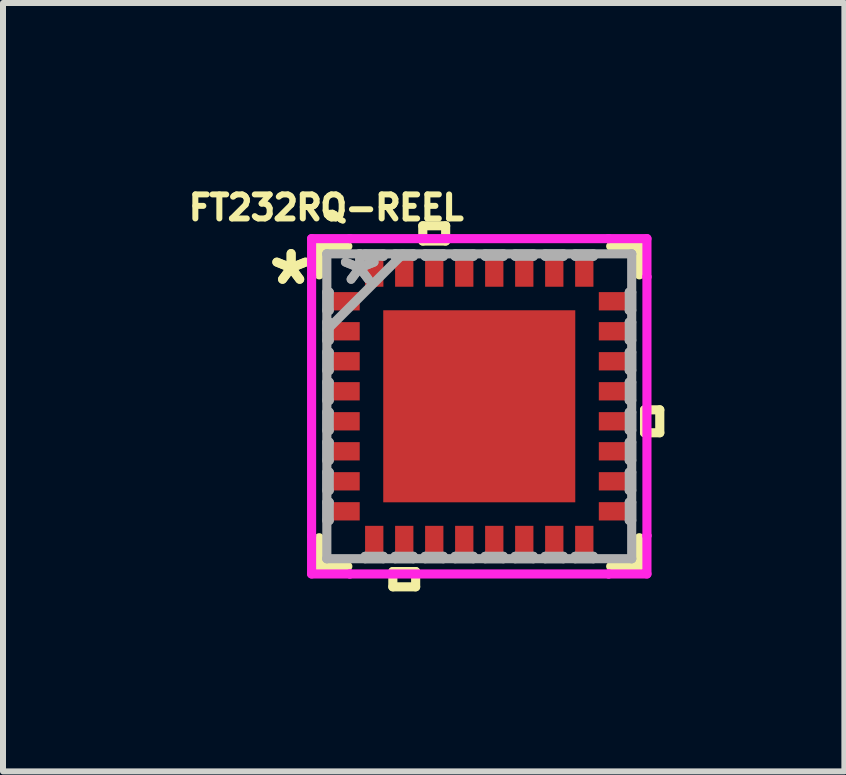
<source format=kicad_pcb>
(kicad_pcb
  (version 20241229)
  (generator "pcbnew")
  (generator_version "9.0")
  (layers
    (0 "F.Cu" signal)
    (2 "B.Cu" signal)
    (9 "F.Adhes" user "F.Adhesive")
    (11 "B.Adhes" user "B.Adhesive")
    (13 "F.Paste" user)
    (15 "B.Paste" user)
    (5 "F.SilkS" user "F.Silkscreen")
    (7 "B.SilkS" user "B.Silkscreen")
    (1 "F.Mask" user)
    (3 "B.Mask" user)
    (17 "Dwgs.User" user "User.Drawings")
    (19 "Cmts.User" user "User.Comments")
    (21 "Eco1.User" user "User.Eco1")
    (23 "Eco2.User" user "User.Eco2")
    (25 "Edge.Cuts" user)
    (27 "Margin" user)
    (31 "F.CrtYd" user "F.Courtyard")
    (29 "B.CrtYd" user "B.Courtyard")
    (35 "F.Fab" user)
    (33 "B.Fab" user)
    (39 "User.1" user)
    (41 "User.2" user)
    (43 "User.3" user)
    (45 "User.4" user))
  (footprint "FT232RQ-REEL"
    (layer "F.Cu")
    (at 4.936 3.72)
    (property "Reference" "FT232RQ-REEL" (at -2.55 -3.31 0) (layer "F.SilkS") (effects (font (size 0.4 0.4) (thickness 0.1))))
    (attr through_hole)
    (fp_line (start -2.667 -2.667) (end -2.667 -2.19) (stroke (width 0.152) (type solid)) (layer "F.SilkS"))
    (fp_line (start -2.667 2.19) (end -2.667 2.667) (stroke (width 0.152) (type solid)) (layer "F.SilkS"))
    (fp_line (start -2.667 2.667) (end -2.19 2.667) (stroke (width 0.152) (type solid)) (layer "F.SilkS"))
    (fp_line (start -2.19 -2.667) (end -2.667 -2.667) (stroke (width 0.152) (type solid)) (layer "F.SilkS"))
    (fp_line (start -1.44 2.754) (end -1.44 3.008) (stroke (width 0.152) (type solid)) (layer "F.SilkS"))
    (fp_line (start -1.44 3.008) (end -1.06 3.008) (stroke (width 0.152) (type solid)) (layer "F.SilkS"))
    (fp_line (start -1.06 2.754) (end -1.44 2.754) (stroke (width 0.152) (type solid)) (layer "F.SilkS"))
    (fp_line (start -1.06 3.008) (end -1.06 2.754) (stroke (width 0.152) (type solid)) (layer "F.SilkS"))
    (fp_line (start -0.941 -3.008) (end -0.56 -3.008) (stroke (width 0.152) (type solid)) (layer "F.SilkS"))
    (fp_line (start -0.941 -2.754) (end -0.941 -3.008) (stroke (width 0.152) (type solid)) (layer "F.SilkS"))
    (fp_line (start -0.56 -3.008) (end -0.56 -2.754) (stroke (width 0.152) (type solid)) (layer "F.SilkS"))
    (fp_line (start -0.56 -2.754) (end -0.941 -2.754) (stroke (width 0.152) (type solid)) (layer "F.SilkS"))
    (fp_line (start 2.19 2.667) (end 2.667 2.667) (stroke (width 0.152) (type solid)) (layer "F.SilkS"))
    (fp_line (start 2.667 -2.667) (end 2.19 -2.667) (stroke (width 0.152) (type solid)) (layer "F.SilkS"))
    (fp_line (start 2.667 -2.19) (end 2.667 -2.667) (stroke (width 0.152) (type solid)) (layer "F.SilkS"))
    (fp_line (start 2.667 2.667) (end 2.667 2.19) (stroke (width 0.152) (type solid)) (layer "F.SilkS"))
    (fp_line (start 2.754 0.059) (end 3.008 0.059) (stroke (width 0.152) (type solid)) (layer "F.SilkS"))
    (fp_line (start 2.754 0.441) (end 2.754 0.059) (stroke (width 0.152) (type solid)) (layer "F.SilkS"))
    (fp_line (start 3.008 0.059) (end 3.008 0.441) (stroke (width 0.152) (type solid)) (layer "F.SilkS"))
    (fp_line (start 3.008 0.441) (end 2.754 0.441) (stroke (width 0.152) (type solid)) (layer "F.SilkS"))
    (fp_line (start -2.794 -2.794) (end -2.156 -2.794) (stroke (width 0.152) (type solid)) (layer "F.CrtYd"))
    (fp_line (start -2.794 -2.156) (end -2.794 -2.794) (stroke (width 0.152) (type solid)) (layer "F.CrtYd"))
    (fp_line (start -2.794 -2.156) (end -2.794 -2.156) (stroke (width 0.152) (type solid)) (layer "F.CrtYd"))
    (fp_line (start -2.794 2.156) (end -2.794 -2.156) (stroke (width 0.152) (type solid)) (layer "F.CrtYd"))
    (fp_line (start -2.794 2.156) (end -2.794 2.156) (stroke (width 0.152) (type solid)) (layer "F.CrtYd"))
    (fp_line (start -2.794 2.794) (end -2.794 2.156) (stroke (width 0.152) (type solid)) (layer "F.CrtYd"))
    (fp_line (start -2.156 -2.794) (end -2.156 -2.794) (stroke (width 0.152) (type solid)) (layer "F.CrtYd"))
    (fp_line (start -2.156 -2.794) (end 2.156 -2.794) (stroke (width 0.152) (type solid)) (layer "F.CrtYd"))
    (fp_line (start -2.156 2.794) (end -2.794 2.794) (stroke (width 0.152) (type solid)) (layer "F.CrtYd"))
    (fp_line (start -2.156 2.794) (end -2.156 2.794) (stroke (width 0.152) (type solid)) (layer "F.CrtYd"))
    (fp_line (start 2.156 -2.794) (end 2.156 -2.794) (stroke (width 0.152) (type solid)) (layer "F.CrtYd"))
    (fp_line (start 2.156 -2.794) (end 2.794 -2.794) (stroke (width 0.152) (type solid)) (layer "F.CrtYd"))
    (fp_line (start 2.156 2.794) (end -2.156 2.794) (stroke (width 0.152) (type solid)) (layer "F.CrtYd"))
    (fp_line (start 2.156 2.794) (end 2.156 2.794) (stroke (width 0.152) (type solid)) (layer "F.CrtYd"))
    (fp_line (start 2.794 -2.794) (end 2.794 -2.156) (stroke (width 0.152) (type solid)) (layer "F.CrtYd"))
    (fp_line (start 2.794 -2.156) (end 2.794 -2.156) (stroke (width 0.152) (type solid)) (layer "F.CrtYd"))
    (fp_line (start 2.794 -2.156) (end 2.794 2.156) (stroke (width 0.152) (type solid)) (layer "F.CrtYd"))
    (fp_line (start 2.794 2.156) (end 2.794 2.156) (stroke (width 0.152) (type solid)) (layer "F.CrtYd"))
    (fp_line (start 2.794 2.156) (end 2.794 2.794) (stroke (width 0.152) (type solid)) (layer "F.CrtYd"))
    (fp_line (start 2.794 2.794) (end 2.156 2.794) (stroke (width 0.152) (type solid)) (layer "F.CrtYd"))
    (fp_line (start -2.54 -2.54) (end -2.54 -2.54) (stroke (width 0.152) (type solid)) (layer "F.Fab"))
    (fp_line (start -2.54 -2.54) (end -2.54 2.54) (stroke (width 0.152) (type solid)) (layer "F.Fab"))
    (fp_line (start -2.54 -1.902) (end -2.5 -1.902) (stroke (width 0.152) (type solid)) (layer "F.Fab"))
    (fp_line (start -2.54 -1.598) (end -2.54 -1.902) (stroke (width 0.152) (type solid)) (layer "F.Fab"))
    (fp_line (start -2.54 -1.402) (end -2.5 -1.402) (stroke (width 0.152) (type solid)) (layer "F.Fab"))
    (fp_line (start -2.54 -1.27) (end -1.27 -2.54) (stroke (width 0.152) (type solid)) (layer "F.Fab"))
    (fp_line (start -2.54 -1.098) (end -2.54 -1.402) (stroke (width 0.152) (type solid)) (layer "F.Fab"))
    (fp_line (start -2.54 -0.902) (end -2.5 -0.902) (stroke (width 0.152) (type solid)) (layer "F.Fab"))
    (fp_line (start -2.54 -0.598) (end -2.54 -0.902) (stroke (width 0.152) (type solid)) (layer "F.Fab"))
    (fp_line (start -2.54 -0.402) (end -2.5 -0.402) (stroke (width 0.152) (type solid)) (layer "F.Fab"))
    (fp_line (start -2.54 -0.098) (end -2.54 -0.402) (stroke (width 0.152) (type solid)) (layer "F.Fab"))
    (fp_line (start -2.54 0.098) (end -2.5 0.098) (stroke (width 0.152) (type solid)) (layer "F.Fab"))
    (fp_line (start -2.54 0.402) (end -2.54 0.098) (stroke (width 0.152) (type solid)) (layer "F.Fab"))
    (fp_line (start -2.54 0.598) (end -2.5 0.598) (stroke (width 0.152) (type solid)) (layer "F.Fab"))
    (fp_line (start -2.54 0.902) (end -2.54 0.598) (stroke (width 0.152) (type solid)) (layer "F.Fab"))
    (fp_line (start -2.54 1.098) (end -2.5 1.098) (stroke (width 0.152) (type solid)) (layer "F.Fab"))
    (fp_line (start -2.54 1.402) (end -2.54 1.098) (stroke (width 0.152) (type solid)) (layer "F.Fab"))
    (fp_line (start -2.54 1.598) (end -2.5 1.598) (stroke (width 0.152) (type solid)) (layer "F.Fab"))
    (fp_line (start -2.54 1.902) (end -2.54 1.598) (stroke (width 0.152) (type solid)) (layer "F.Fab"))
    (fp_line (start -2.54 2.54) (end -2.54 2.54) (stroke (width 0.152) (type solid)) (layer "F.Fab"))
    (fp_line (start -2.54 2.54) (end 2.54 2.54) (stroke (width 0.152) (type solid)) (layer "F.Fab"))
    (fp_line (start -2.5 -1.902) (end -2.5 -1.598) (stroke (width 0.152) (type solid)) (layer "F.Fab"))
    (fp_line (start -2.5 -1.598) (end -2.54 -1.598) (stroke (width 0.152) (type solid)) (layer "F.Fab"))
    (fp_line (start -2.5 -1.402) (end -2.5 -1.098) (stroke (width 0.152) (type solid)) (layer "F.Fab"))
    (fp_line (start -2.5 -1.098) (end -2.54 -1.098) (stroke (width 0.152) (type solid)) (layer "F.Fab"))
    (fp_line (start -2.5 -0.902) (end -2.5 -0.598) (stroke (width 0.152) (type solid)) (layer "F.Fab"))
    (fp_line (start -2.5 -0.598) (end -2.54 -0.598) (stroke (width 0.152) (type solid)) (layer "F.Fab"))
    (fp_line (start -2.5 -0.402) (end -2.5 -0.098) (stroke (width 0.152) (type solid)) (layer "F.Fab"))
    (fp_line (start -2.5 -0.098) (end -2.54 -0.098) (stroke (width 0.152) (type solid)) (layer "F.Fab"))
    (fp_line (start -2.5 0.098) (end -2.5 0.402) (stroke (width 0.152) (type solid)) (layer "F.Fab"))
    (fp_line (start -2.5 0.402) (end -2.54 0.402) (stroke (width 0.152) (type solid)) (layer "F.Fab"))
    (fp_line (start -2.5 0.598) (end -2.5 0.902) (stroke (width 0.152) (type solid)) (layer "F.Fab"))
    (fp_line (start -2.5 0.902) (end -2.54 0.902) (stroke (width 0.152) (type solid)) (layer "F.Fab"))
    (fp_line (start -2.5 1.098) (end -2.5 1.402) (stroke (width 0.152) (type solid)) (layer "F.Fab"))
    (fp_line (start -2.5 1.402) (end -2.54 1.402) (stroke (width 0.152) (type solid)) (layer "F.Fab"))
    (fp_line (start -2.5 1.598) (end -2.5 1.902) (stroke (width 0.152) (type solid)) (layer "F.Fab"))
    (fp_line (start -2.5 1.902) (end -2.54 1.902) (stroke (width 0.152) (type solid)) (layer "F.Fab"))
    (fp_line (start -1.902 -2.54) (end -1.598 -2.54) (stroke (width 0.152) (type solid)) (layer "F.Fab"))
    (fp_line (start -1.902 -2.5) (end -1.902 -2.54) (stroke (width 0.152) (type solid)) (layer "F.Fab"))
    (fp_line (start -1.902 2.5) (end -1.598 2.5) (stroke (width 0.152) (type solid)) (layer "F.Fab"))
    (fp_line (start -1.902 2.54) (end -1.902 2.5) (stroke (width 0.152) (type solid)) (layer "F.Fab"))
    (fp_line (start -1.598 -2.54) (end -1.598 -2.5) (stroke (width 0.152) (type solid)) (layer "F.Fab"))
    (fp_line (start -1.598 -2.5) (end -1.902 -2.5) (stroke (width 0.152) (type solid)) (layer "F.Fab"))
    (fp_line (start -1.598 2.5) (end -1.598 2.54) (stroke (width 0.152) (type solid)) (layer "F.Fab"))
    (fp_line (start -1.598 2.54) (end -1.902 2.54) (stroke (width 0.152) (type solid)) (layer "F.Fab"))
    (fp_line (start -1.402 -2.54) (end -1.098 -2.54) (stroke (width 0.152) (type solid)) (layer "F.Fab"))
    (fp_line (start -1.402 -2.5) (end -1.402 -2.54) (stroke (width 0.152) (type solid)) (layer "F.Fab"))
    (fp_line (start -1.402 2.5) (end -1.098 2.5) (stroke (width 0.152) (type solid)) (layer "F.Fab"))
    (fp_line (start -1.402 2.54) (end -1.402 2.5) (stroke (width 0.152) (type solid)) (layer "F.Fab"))
    (fp_line (start -1.098 -2.54) (end -1.098 -2.5) (stroke (width 0.152) (type solid)) (layer "F.Fab"))
    (fp_line (start -1.098 -2.5) (end -1.402 -2.5) (stroke (width 0.152) (type solid)) (layer "F.Fab"))
    (fp_line (start -1.098 2.5) (end -1.098 2.54) (stroke (width 0.152) (type solid)) (layer "F.Fab"))
    (fp_line (start -1.098 2.54) (end -1.402 2.54) (stroke (width 0.152) (type solid)) (layer "F.Fab"))
    (fp_line (start -0.902 -2.54) (end -0.598 -2.54) (stroke (width 0.152) (type solid)) (layer "F.Fab"))
    (fp_line (start -0.902 -2.5) (end -0.902 -2.54) (stroke (width 0.152) (type solid)) (layer "F.Fab"))
    (fp_line (start -0.902 2.5) (end -0.598 2.5) (stroke (width 0.152) (type solid)) (layer "F.Fab"))
    (fp_line (start -0.902 2.54) (end -0.902 2.5) (stroke (width 0.152) (type solid)) (layer "F.Fab"))
    (fp_line (start -0.598 -2.54) (end -0.598 -2.5) (stroke (width 0.152) (type solid)) (layer "F.Fab"))
    (fp_line (start -0.598 -2.5) (end -0.902 -2.5) (stroke (width 0.152) (type solid)) (layer "F.Fab"))
    (fp_line (start -0.598 2.5) (end -0.598 2.54) (stroke (width 0.152) (type solid)) (layer "F.Fab"))
    (fp_line (start -0.598 2.54) (end -0.902 2.54) (stroke (width 0.152) (type solid)) (layer "F.Fab"))
    (fp_line (start -0.402 -2.54) (end -0.098 -2.54) (stroke (width 0.152) (type solid)) (layer "F.Fab"))
    (fp_line (start -0.402 -2.5) (end -0.402 -2.54) (stroke (width 0.152) (type solid)) (layer "F.Fab"))
    (fp_line (start -0.402 2.5) (end -0.098 2.5) (stroke (width 0.152) (type solid)) (layer "F.Fab"))
    (fp_line (start -0.402 2.54) (end -0.402 2.5) (stroke (width 0.152) (type solid)) (layer "F.Fab"))
    (fp_line (start -0.098 -2.54) (end -0.098 -2.5) (stroke (width 0.152) (type solid)) (layer "F.Fab"))
    (fp_line (start -0.098 -2.5) (end -0.402 -2.5) (stroke (width 0.152) (type solid)) (layer "F.Fab"))
    (fp_line (start -0.098 2.5) (end -0.098 2.54) (stroke (width 0.152) (type solid)) (layer "F.Fab"))
    (fp_line (start -0.098 2.54) (end -0.402 2.54) (stroke (width 0.152) (type solid)) (layer "F.Fab"))
    (fp_line (start 0.098 -2.54) (end 0.402 -2.54) (stroke (width 0.152) (type solid)) (layer "F.Fab"))
    (fp_line (start 0.098 -2.5) (end 0.098 -2.54) (stroke (width 0.152) (type solid)) (layer "F.Fab"))
    (fp_line (start 0.098 2.5) (end 0.402 2.5) (stroke (width 0.152) (type solid)) (layer "F.Fab"))
    (fp_line (start 0.098 2.54) (end 0.098 2.5) (stroke (width 0.152) (type solid)) (layer "F.Fab"))
    (fp_line (start 0.402 -2.54) (end 0.402 -2.5) (stroke (width 0.152) (type solid)) (layer "F.Fab"))
    (fp_line (start 0.402 -2.5) (end 0.098 -2.5) (stroke (width 0.152) (type solid)) (layer "F.Fab"))
    (fp_line (start 0.402 2.5) (end 0.402 2.54) (stroke (width 0.152) (type solid)) (layer "F.Fab"))
    (fp_line (start 0.402 2.54) (end 0.098 2.54) (stroke (width 0.152) (type solid)) (layer "F.Fab"))
    (fp_line (start 0.598 -2.54) (end 0.902 -2.54) (stroke (width 0.152) (type solid)) (layer "F.Fab"))
    (fp_line (start 0.598 -2.5) (end 0.598 -2.54) (stroke (width 0.152) (type solid)) (layer "F.Fab"))
    (fp_line (start 0.598 2.5) (end 0.902 2.5) (stroke (width 0.152) (type solid)) (layer "F.Fab"))
    (fp_line (start 0.598 2.54) (end 0.598 2.5) (stroke (width 0.152) (type solid)) (layer "F.Fab"))
    (fp_line (start 0.902 -2.54) (end 0.902 -2.5) (stroke (width 0.152) (type solid)) (layer "F.Fab"))
    (fp_line (start 0.902 -2.5) (end 0.598 -2.5) (stroke (width 0.152) (type solid)) (layer "F.Fab"))
    (fp_line (start 0.902 2.5) (end 0.902 2.54) (stroke (width 0.152) (type solid)) (layer "F.Fab"))
    (fp_line (start 0.902 2.54) (end 0.598 2.54) (stroke (width 0.152) (type solid)) (layer "F.Fab"))
    (fp_line (start 1.098 -2.54) (end 1.402 -2.54) (stroke (width 0.152) (type solid)) (layer "F.Fab"))
    (fp_line (start 1.098 -2.5) (end 1.098 -2.54) (stroke (width 0.152) (type solid)) (layer "F.Fab"))
    (fp_line (start 1.098 2.5) (end 1.402 2.5) (stroke (width 0.152) (type solid)) (layer "F.Fab"))
    (fp_line (start 1.098 2.54) (end 1.098 2.5) (stroke (width 0.152) (type solid)) (layer "F.Fab"))
    (fp_line (start 1.402 -2.54) (end 1.402 -2.5) (stroke (width 0.152) (type solid)) (layer "F.Fab"))
    (fp_line (start 1.402 -2.5) (end 1.098 -2.5) (stroke (width 0.152) (type solid)) (layer "F.Fab"))
    (fp_line (start 1.402 2.5) (end 1.402 2.54) (stroke (width 0.152) (type solid)) (layer "F.Fab"))
    (fp_line (start 1.402 2.54) (end 1.098 2.54) (stroke (width 0.152) (type solid)) (layer "F.Fab"))
    (fp_line (start 1.598 -2.54) (end 1.902 -2.54) (stroke (width 0.152) (type solid)) (layer "F.Fab"))
    (fp_line (start 1.598 -2.5) (end 1.598 -2.54) (stroke (width 0.152) (type solid)) (layer "F.Fab"))
    (fp_line (start 1.598 2.5) (end 1.902 2.5) (stroke (width 0.152) (type solid)) (layer "F.Fab"))
    (fp_line (start 1.598 2.54) (end 1.598 2.5) (stroke (width 0.152) (type solid)) (layer "F.Fab"))
    (fp_line (start 1.902 -2.54) (end 1.902 -2.5) (stroke (width 0.152) (type solid)) (layer "F.Fab"))
    (fp_line (start 1.902 -2.5) (end 1.598 -2.5) (stroke (width 0.152) (type solid)) (layer "F.Fab"))
    (fp_line (start 1.902 2.5) (end 1.902 2.54) (stroke (width 0.152) (type solid)) (layer "F.Fab"))
    (fp_line (start 1.902 2.54) (end 1.598 2.54) (stroke (width 0.152) (type solid)) (layer "F.Fab"))
    (fp_line (start 2.5 -1.902) (end 2.54 -1.902) (stroke (width 0.152) (type solid)) (layer "F.Fab"))
    (fp_line (start 2.5 -1.598) (end 2.5 -1.902) (stroke (width 0.152) (type solid)) (layer "F.Fab"))
    (fp_line (start 2.5 -1.402) (end 2.54 -1.402) (stroke (width 0.152) (type solid)) (layer "F.Fab"))
    (fp_line (start 2.5 -1.098) (end 2.5 -1.402) (stroke (width 0.152) (type solid)) (layer "F.Fab"))
    (fp_line (start 2.5 -0.902) (end 2.54 -0.902) (stroke (width 0.152) (type solid)) (layer "F.Fab"))
    (fp_line (start 2.5 -0.598) (end 2.5 -0.902) (stroke (width 0.152) (type solid)) (layer "F.Fab"))
    (fp_line (start 2.5 -0.402) (end 2.54 -0.402) (stroke (width 0.152) (type solid)) (layer "F.Fab"))
    (fp_line (start 2.5 -0.098) (end 2.5 -0.402) (stroke (width 0.152) (type solid)) (layer "F.Fab"))
    (fp_line (start 2.5 0.098) (end 2.54 0.098) (stroke (width 0.152) (type solid)) (layer "F.Fab"))
    (fp_line (start 2.5 0.402) (end 2.5 0.098) (stroke (width 0.152) (type solid)) (layer "F.Fab"))
    (fp_line (start 2.5 0.598) (end 2.54 0.598) (stroke (width 0.152) (type solid)) (layer "F.Fab"))
    (fp_line (start 2.5 0.902) (end 2.5 0.598) (stroke (width 0.152) (type solid)) (layer "F.Fab"))
    (fp_line (start 2.5 1.098) (end 2.54 1.098) (stroke (width 0.152) (type solid)) (layer "F.Fab"))
    (fp_line (start 2.5 1.402) (end 2.5 1.098) (stroke (width 0.152) (type solid)) (layer "F.Fab"))
    (fp_line (start 2.5 1.598) (end 2.54 1.598) (stroke (width 0.152) (type solid)) (layer "F.Fab"))
    (fp_line (start 2.5 1.902) (end 2.5 1.598) (stroke (width 0.152) (type solid)) (layer "F.Fab"))
    (fp_line (start 2.54 -2.54) (end -2.54 -2.54) (stroke (width 0.152) (type solid)) (layer "F.Fab"))
    (fp_line (start 2.54 -2.54) (end 2.54 -2.54) (stroke (width 0.152) (type solid)) (layer "F.Fab"))
    (fp_line (start 2.54 -1.902) (end 2.54 -1.598) (stroke (width 0.152) (type solid)) (layer "F.Fab"))
    (fp_line (start 2.54 -1.598) (end 2.5 -1.598) (stroke (width 0.152) (type solid)) (layer "F.Fab"))
    (fp_line (start 2.54 -1.402) (end 2.54 -1.098) (stroke (width 0.152) (type solid)) (layer "F.Fab"))
    (fp_line (start 2.54 -1.098) (end 2.5 -1.098) (stroke (width 0.152) (type solid)) (layer "F.Fab"))
    (fp_line (start 2.54 -0.902) (end 2.54 -0.598) (stroke (width 0.152) (type solid)) (layer "F.Fab"))
    (fp_line (start 2.54 -0.598) (end 2.5 -0.598) (stroke (width 0.152) (type solid)) (layer "F.Fab"))
    (fp_line (start 2.54 -0.402) (end 2.54 -0.098) (stroke (width 0.152) (type solid)) (layer "F.Fab"))
    (fp_line (start 2.54 -0.098) (end 2.5 -0.098) (stroke (width 0.152) (type solid)) (layer "F.Fab"))
    (fp_line (start 2.54 0.098) (end 2.54 0.402) (stroke (width 0.152) (type solid)) (layer "F.Fab"))
    (fp_line (start 2.54 0.402) (end 2.5 0.402) (stroke (width 0.152) (type solid)) (layer "F.Fab"))
    (fp_line (start 2.54 0.598) (end 2.54 0.902) (stroke (width 0.152) (type solid)) (layer "F.Fab"))
    (fp_line (start 2.54 0.902) (end 2.5 0.902) (stroke (width 0.152) (type solid)) (layer "F.Fab"))
    (fp_line (start 2.54 1.098) (end 2.54 1.402) (stroke (width 0.152) (type solid)) (layer "F.Fab"))
    (fp_line (start 2.54 1.402) (end 2.5 1.402) (stroke (width 0.152) (type solid)) (layer "F.Fab"))
    (fp_line (start 2.54 1.598) (end 2.54 1.902) (stroke (width 0.152) (type solid)) (layer "F.Fab"))
    (fp_line (start 2.54 1.902) (end 2.5 1.902) (stroke (width 0.152) (type solid)) (layer "F.Fab"))
    (fp_line (start 2.54 2.54) (end 2.54 -2.54) (stroke (width 0.152) (type solid)) (layer "F.Fab"))
    (fp_line (start 2.54 2.54) (end 2.54 2.54) (stroke (width 0.152) (type solid)) (layer "F.Fab"))
    (fp_text user "*" (at -3.135 -2 0) (layer "F.SilkS") (effects (font (size 1 1) (thickness 0.15))))
    (fp_text user "*" (at -3.135 -2 0) (layer "F.SilkS") (effects (font (size 1 1) (thickness 0.15))))
    (fp_text user "*" (at -1.992 -2 0) (layer "F.Fab") (effects (font (size 1 1) (thickness 0.15))))
    (fp_text user "*" (at -1.992 -2 0) (layer "F.Fab") (effects (font (size 1 1) (thickness 0.15))))
    (pad "" smd rect (at -0.75 -0.75) (size 1.3 1.3) (layers "F.Paste"))
    (pad "" smd rect (at -0.75 0.75) (size 1.3 1.3) (layers "F.Paste"))
    (pad "" smd rect (at 0.75 -0.75) (size 1.3 1.3) (layers "F.Paste"))
    (pad "" smd rect (at 0.75 0.75) (size 1.3 1.3) (layers "F.Paste"))
    (pad "1" smd rect (at -2.246 -1.75 90) (size 0.305 0.508) (layers "F.Cu" "F.Mask" "F.Paste"))
    (pad "2" smd rect (at -2.246 -1.25 90) (size 0.305 0.508) (layers "F.Cu" "F.Mask" "F.Paste"))
    (pad "3" smd rect (at -2.246 -0.75 90) (size 0.305 0.508) (layers "F.Cu" "F.Mask" "F.Paste"))
    (pad "4" smd rect (at -2.246 -0.25 90) (size 0.305 0.508) (layers "F.Cu" "F.Mask" "F.Paste"))
    (pad "5" smd rect (at -2.246 0.25 90) (size 0.305 0.508) (layers "F.Cu" "F.Mask" "F.Paste"))
    (pad "6" smd rect (at -2.246 0.75 90) (size 0.305 0.508) (layers "F.Cu" "F.Mask" "F.Paste"))
    (pad "7" smd rect (at -2.246 1.25 90) (size 0.305 0.508) (layers "F.Cu" "F.Mask" "F.Paste"))
    (pad "8" smd rect (at -2.246 1.75 90) (size 0.305 0.508) (layers "F.Cu" "F.Mask" "F.Paste"))
    (pad "9" smd rect (at -1.75 2.246) (size 0.305 0.508) (layers "F.Cu" "F.Mask" "F.Paste"))
    (pad "10" smd rect (at -1.25 2.246) (size 0.305 0.508) (layers "F.Cu" "F.Mask" "F.Paste"))
    (pad "11" smd rect (at -0.75 2.246) (size 0.305 0.508) (layers "F.Cu" "F.Mask" "F.Paste"))
    (pad "12" smd rect (at -0.25 2.246) (size 0.305 0.508) (layers "F.Cu" "F.Mask" "F.Paste"))
    (pad "13" smd rect (at 0.25 2.246) (size 0.305 0.508) (layers "F.Cu" "F.Mask" "F.Paste"))
    (pad "14" smd rect (at 0.75 2.246) (size 0.305 0.508) (layers "F.Cu" "F.Mask" "F.Paste"))
    (pad "15" smd rect (at 1.25 2.246) (size 0.305 0.508) (layers "F.Cu" "F.Mask" "F.Paste"))
    (pad "16" smd rect (at 1.75 2.246) (size 0.305 0.508) (layers "F.Cu" "F.Mask" "F.Paste"))
    (pad "17" smd rect (at 2.246 1.75 90) (size 0.305 0.508) (layers "F.Cu" "F.Mask" "F.Paste"))
    (pad "18" smd rect (at 2.246 1.25 90) (size 0.305 0.508) (layers "F.Cu" "F.Mask" "F.Paste"))
    (pad "19" smd rect (at 2.246 0.75 90) (size 0.305 0.508) (layers "F.Cu" "F.Mask" "F.Paste"))
    (pad "20" smd rect (at 2.246 0.25 90) (size 0.305 0.508) (layers "F.Cu" "F.Mask" "F.Paste"))
    (pad "21" smd rect (at 2.246 -0.25 90) (size 0.305 0.508) (layers "F.Cu" "F.Mask" "F.Paste"))
    (pad "22" smd rect (at 2.246 -0.75 90) (size 0.305 0.508) (layers "F.Cu" "F.Mask" "F.Paste"))
    (pad "23" smd rect (at 2.246 -1.25 90) (size 0.305 0.508) (layers "F.Cu" "F.Mask" "F.Paste"))
    (pad "24" smd rect (at 2.246 -1.75 90) (size 0.305 0.508) (layers "F.Cu" "F.Mask" "F.Paste"))
    (pad "25" smd rect (at 1.75 -2.246) (size 0.305 0.508) (layers "F.Cu" "F.Mask" "F.Paste"))
    (pad "26" smd rect (at 1.25 -2.246) (size 0.305 0.508) (layers "F.Cu" "F.Mask" "F.Paste"))
    (pad "27" smd rect (at 0.75 -2.246) (size 0.305 0.508) (layers "F.Cu" "F.Mask" "F.Paste"))
    (pad "28" smd rect (at 0.25 -2.246) (size 0.305 0.508) (layers "F.Cu" "F.Mask" "F.Paste"))
    (pad "29" smd rect (at -0.25 -2.246) (size 0.305 0.508) (layers "F.Cu" "F.Mask" "F.Paste"))
    (pad "30" smd rect (at -0.75 -2.246) (size 0.305 0.508) (layers "F.Cu" "F.Mask" "F.Paste"))
    (pad "31" smd rect (at -1.25 -2.246) (size 0.305 0.508) (layers "F.Cu" "F.Mask" "F.Paste"))
    (pad "32" smd rect (at -1.75 -2.246) (size 0.305 0.508) (layers "F.Cu" "F.Mask" "F.Paste"))
    (pad "33" smd rect (at 0 0) (size 3.2 3.2) (layers "F.Cu" "F.Mask")))
  (gr_rect
    (start -3 -3)
    (end 11.02 9.804)
    (stroke (width 0.1) (type default))
    (fill no)
    (layer "Edge.Cuts")))
</source>
